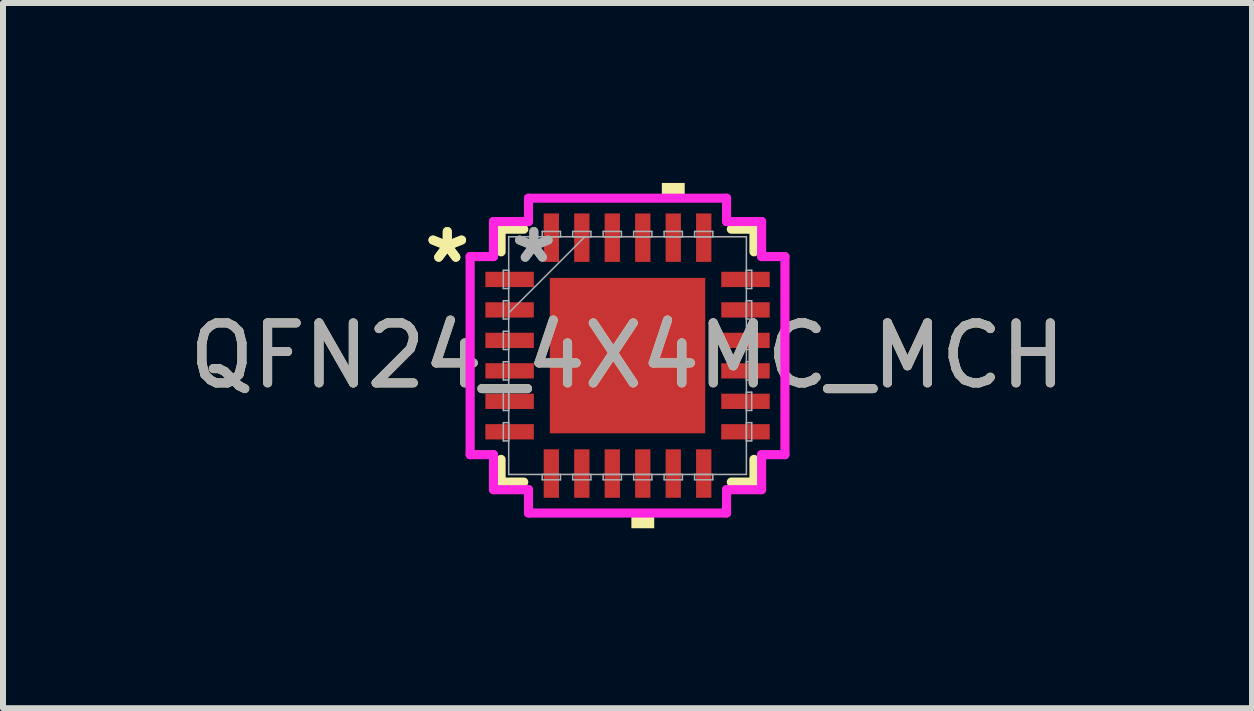
<source format=kicad_pcb>
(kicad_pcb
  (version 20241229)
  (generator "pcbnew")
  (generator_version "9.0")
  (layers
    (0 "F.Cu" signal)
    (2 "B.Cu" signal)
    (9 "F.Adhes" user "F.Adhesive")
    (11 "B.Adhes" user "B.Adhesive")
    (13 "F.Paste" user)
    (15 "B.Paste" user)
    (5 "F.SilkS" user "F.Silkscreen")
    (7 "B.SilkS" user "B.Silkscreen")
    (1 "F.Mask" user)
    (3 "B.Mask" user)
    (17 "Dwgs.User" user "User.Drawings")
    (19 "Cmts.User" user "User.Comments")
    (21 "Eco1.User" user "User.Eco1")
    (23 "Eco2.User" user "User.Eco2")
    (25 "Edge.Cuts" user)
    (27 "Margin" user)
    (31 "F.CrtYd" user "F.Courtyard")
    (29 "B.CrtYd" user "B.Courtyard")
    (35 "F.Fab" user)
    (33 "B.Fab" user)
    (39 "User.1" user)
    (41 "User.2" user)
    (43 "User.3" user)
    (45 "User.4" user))
  (footprint "QFN24_4X4MC_MCH"
    (layer "F.Cu")
    (at 7.411 2.878)
    (property "Reference" "QFN24_4X4MC_MCH" (at 0 0 0) (unlocked yes) (layer "F.SilkS") (effects (font (size 1 1) (thickness 0.15))))
    (attr smd)
    (fp_poly (pts (xy -1.359 -1.359) (xy -0.987 -1.359) (xy -0.987 1.359) (xy -1.359 1.359)) (stroke (width 0) (type solid)) (fill yes) (layer "F.Mask"))
    (fp_poly (pts (xy -1.359 -1.359) (xy 1.359 -1.359) (xy 1.359 -0.987) (xy -1.359 -0.987)) (stroke (width 0) (type solid)) (fill yes) (layer "F.Mask"))
    (fp_poly (pts (xy -1.359 -0.587) (xy 1.359 -0.587) (xy 1.359 -0.2) (xy -1.359 -0.2)) (stroke (width 0) (type solid)) (fill yes) (layer "F.Mask"))
    (fp_poly (pts (xy -1.359 0.2) (xy 1.359 0.2) (xy 1.359 0.587) (xy -1.359 0.587)) (stroke (width 0) (type solid)) (fill yes) (layer "F.Mask"))
    (fp_poly (pts (xy -1.359 0.987) (xy 1.359 0.987) (xy 1.359 1.359) (xy -1.359 1.359)) (stroke (width 0) (type solid)) (fill yes) (layer "F.Mask"))
    (fp_poly (pts (xy -0.2 -1.359) (xy -0.587 -1.359) (xy -0.587 1.359) (xy -0.2 1.359)) (stroke (width 0) (type solid)) (fill yes) (layer "F.Mask"))
    (fp_poly (pts (xy 0.587 -1.359) (xy 0.2 -1.359) (xy 0.2 1.359) (xy 0.587 1.359)) (stroke (width 0) (type solid)) (fill yes) (layer "F.Mask"))
    (fp_poly (pts (xy 0.987 -1.359) (xy 1.359 -1.359) (xy 1.359 1.359) (xy 0.987 1.359)) (stroke (width 0) (type solid)) (fill yes) (layer "F.Mask"))
    (fp_line (start -2.108 -2.108) (end -2.108 -1.73) (stroke (width 0.152) (type solid)) (layer "F.SilkS"))
    (fp_line (start -2.108 1.73) (end -2.108 2.108) (stroke (width 0.152) (type solid)) (layer "F.SilkS"))
    (fp_line (start -2.108 2.108) (end -1.73 2.108) (stroke (width 0.152) (type solid)) (layer "F.SilkS"))
    (fp_line (start -1.73 -2.108) (end -2.108 -2.108) (stroke (width 0.152) (type solid)) (layer "F.SilkS"))
    (fp_line (start 1.73 2.108) (end 2.108 2.108) (stroke (width 0.152) (type solid)) (layer "F.SilkS"))
    (fp_line (start 2.108 -2.108) (end 1.73 -2.108) (stroke (width 0.152) (type solid)) (layer "F.SilkS"))
    (fp_line (start 2.108 -1.73) (end 2.108 -2.108) (stroke (width 0.152) (type solid)) (layer "F.SilkS"))
    (fp_line (start 2.108 2.108) (end 2.108 1.73) (stroke (width 0.152) (type solid)) (layer "F.SilkS"))
    (fp_poly (pts (xy 0.064 2.624) (xy 0.064 2.878) (xy 0.445 2.878) (xy 0.445 2.624)) (stroke (width 0) (type solid)) (fill yes) (layer "F.SilkS"))
    (fp_poly (pts (xy 0.572 -2.624) (xy 0.572 -2.878) (xy 0.953 -2.878) (xy 0.953 -2.624)) (stroke (width 0) (type solid)) (fill yes) (layer "F.SilkS"))
    (fp_poly (pts (xy -1.22 -1.22) (xy -1.22 -0.887) (xy -1.029 -0.887) (xy -0.887 -1.029) (xy -0.887 -1.22)) (stroke (width 0) (type solid)) (fill yes) (layer "F.Paste"))
    (fp_poly (pts (xy -1.22 0.887) (xy -1.22 1.22) (xy -0.887 1.22) (xy -0.887 1.029) (xy -1.029 0.887)) (stroke (width 0) (type solid)) (fill yes) (layer "F.Paste"))
    (fp_poly (pts (xy 0.887 -1.22) (xy 0.887 -1.029) (xy 1.029 -0.887) (xy 1.22 -0.887) (xy 1.22 -1.22)) (stroke (width 0) (type solid)) (fill yes) (layer "F.Paste"))
    (fp_poly (pts (xy 1.029 0.887) (xy 0.887 1.029) (xy 0.887 1.22) (xy 1.22 1.22) (xy 1.22 0.887)) (stroke (width 0) (type solid)) (fill yes) (layer "F.Paste"))
    (fp_poly (pts (xy -1.22 -0.687) (xy -1.22 -0.1) (xy -1.029 -0.1) (xy -0.887 -0.241) (xy -0.887 -0.546) (xy -1.029 -0.687)) (stroke (width 0) (type solid)) (fill yes) (layer "F.Paste"))
    (fp_poly (pts (xy -1.22 0.1) (xy -1.22 0.687) (xy -1.029 0.687) (xy -0.887 0.546) (xy -0.887 0.241) (xy -1.029 0.1)) (stroke (width 0) (type solid)) (fill yes) (layer "F.Paste"))
    (fp_poly (pts (xy -0.687 -1.22) (xy -0.687 -1.029) (xy -0.546 -0.887) (xy -0.241 -0.887) (xy -0.1 -1.029) (xy -0.1 -1.22)) (stroke (width 0) (type solid)) (fill yes) (layer "F.Paste"))
    (fp_poly (pts (xy -0.546 0.887) (xy -0.687 1.029) (xy -0.687 1.22) (xy -0.1 1.22) (xy -0.1 1.029) (xy -0.241 0.887)) (stroke (width 0) (type solid)) (fill yes) (layer "F.Paste"))
    (fp_poly (pts (xy 0.1 -1.22) (xy 0.1 -1.029) (xy 0.241 -0.887) (xy 0.546 -0.887) (xy 0.687 -1.029) (xy 0.687 -1.22)) (stroke (width 0) (type solid)) (fill yes) (layer "F.Paste"))
    (fp_poly (pts (xy 0.241 0.887) (xy 0.1 1.029) (xy 0.1 1.22) (xy 0.687 1.22) (xy 0.687 1.029) (xy 0.546 0.887)) (stroke (width 0) (type solid)) (fill yes) (layer "F.Paste"))
    (fp_poly (pts (xy 1.029 -0.687) (xy 0.887 -0.546) (xy 0.887 -0.241) (xy 1.029 -0.1) (xy 1.22 -0.1) (xy 1.22 -0.687)) (stroke (width 0) (type solid)) (fill yes) (layer "F.Paste"))
    (fp_poly (pts (xy 1.029 0.1) (xy 0.887 0.241) (xy 0.887 0.546) (xy 1.029 0.687) (xy 1.22 0.687) (xy 1.22 0.1)) (stroke (width 0) (type solid)) (fill yes) (layer "F.Paste"))
    (fp_poly (pts (xy -0.546 -0.687) (xy -0.687 -0.546) (xy -0.687 -0.241) (xy -0.546 -0.1) (xy -0.241 -0.1) (xy -0.1 -0.241) (xy -0.1 -0.546) (xy -0.241 -0.687)) (stroke (width 0) (type solid)) (fill yes) (layer "F.Paste"))
    (fp_poly (pts (xy -0.546 0.1) (xy -0.687 0.241) (xy -0.687 0.546) (xy -0.546 0.687) (xy -0.241 0.687) (xy -0.1 0.546) (xy -0.1 0.241) (xy -0.241 0.1)) (stroke (width 0) (type solid)) (fill yes) (layer "F.Paste"))
    (fp_poly (pts (xy 0.241 -0.687) (xy 0.1 -0.546) (xy 0.1 -0.241) (xy 0.241 -0.1) (xy 0.546 -0.1) (xy 0.687 -0.241) (xy 0.687 -0.546) (xy 0.546 -0.687)) (stroke (width 0) (type solid)) (fill yes) (layer "F.Paste"))
    (fp_poly (pts (xy 0.241 0.1) (xy 0.1 0.241) (xy 0.1 0.546) (xy 0.241 0.687) (xy 0.546 0.687) (xy 0.687 0.546) (xy 0.687 0.241) (xy 0.546 0.1)) (stroke (width 0) (type solid)) (fill yes) (layer "F.Paste"))
    (fp_circle (center -0.787 -0.787) (end -0.47 -0.787) (stroke (width 0.127) (type solid)) (fill no) (layer "Eco1.User"))
    (fp_circle (center -0.787 0) (end -0.47 0) (stroke (width 0.127) (type solid)) (fill no) (layer "Eco1.User"))
    (fp_circle (center -0.787 0.787) (end -0.47 0.787) (stroke (width 0.127) (type solid)) (fill no) (layer "Eco1.User"))
    (fp_circle (center 0 -0.787) (end 0.318 -0.787) (stroke (width 0.127) (type solid)) (fill no) (layer "Eco1.User"))
    (fp_circle (center 0 0) (end 0.318 0) (stroke (width 0.127) (type solid)) (fill no) (layer "Eco1.User"))
    (fp_circle (center 0 0.787) (end 0.318 0.787) (stroke (width 0.127) (type solid)) (fill no) (layer "Eco1.User"))
    (fp_circle (center 0.787 -0.787) (end 1.105 -0.787) (stroke (width 0.127) (type solid)) (fill no) (layer "Eco1.User"))
    (fp_circle (center 0.787 0) (end 1.105 0) (stroke (width 0.127) (type solid)) (fill no) (layer "Eco1.User"))
    (fp_circle (center 0.787 0.787) (end 1.105 0.787) (stroke (width 0.127) (type solid)) (fill no) (layer "Eco1.User"))
    (fp_line (start -2.624 -1.651) (end -2.235 -1.651) (stroke (width 0.152) (type solid)) (layer "F.CrtYd"))
    (fp_line (start -2.624 1.651) (end -2.624 -1.651) (stroke (width 0.152) (type solid)) (layer "F.CrtYd"))
    (fp_line (start -2.235 -2.235) (end -1.651 -2.235) (stroke (width 0.152) (type solid)) (layer "F.CrtYd"))
    (fp_line (start -2.235 -1.651) (end -2.235 -2.235) (stroke (width 0.152) (type solid)) (layer "F.CrtYd"))
    (fp_line (start -2.235 1.651) (end -2.624 1.651) (stroke (width 0.152) (type solid)) (layer "F.CrtYd"))
    (fp_line (start -2.235 2.235) (end -2.235 1.651) (stroke (width 0.152) (type solid)) (layer "F.CrtYd"))
    (fp_line (start -1.651 -2.624) (end 1.651 -2.624) (stroke (width 0.152) (type solid)) (layer "F.CrtYd"))
    (fp_line (start -1.651 -2.235) (end -1.651 -2.624) (stroke (width 0.152) (type solid)) (layer "F.CrtYd"))
    (fp_line (start -1.651 2.235) (end -2.235 2.235) (stroke (width 0.152) (type solid)) (layer "F.CrtYd"))
    (fp_line (start -1.651 2.624) (end -1.651 2.235) (stroke (width 0.152) (type solid)) (layer "F.CrtYd"))
    (fp_line (start 1.651 -2.624) (end 1.651 -2.235) (stroke (width 0.152) (type solid)) (layer "F.CrtYd"))
    (fp_line (start 1.651 -2.235) (end 2.235 -2.235) (stroke (width 0.152) (type solid)) (layer "F.CrtYd"))
    (fp_line (start 1.651 2.235) (end 1.651 2.624) (stroke (width 0.152) (type solid)) (layer "F.CrtYd"))
    (fp_line (start 1.651 2.624) (end -1.651 2.624) (stroke (width 0.152) (type solid)) (layer "F.CrtYd"))
    (fp_line (start 2.235 -2.235) (end 2.235 -1.651) (stroke (width 0.152) (type solid)) (layer "F.CrtYd"))
    (fp_line (start 2.235 -1.651) (end 2.624 -1.651) (stroke (width 0.152) (type solid)) (layer "F.CrtYd"))
    (fp_line (start 2.235 1.651) (end 2.235 2.235) (stroke (width 0.152) (type solid)) (layer "F.CrtYd"))
    (fp_line (start 2.235 2.235) (end 1.651 2.235) (stroke (width 0.152) (type solid)) (layer "F.CrtYd"))
    (fp_line (start 2.624 -1.651) (end 2.624 1.651) (stroke (width 0.152) (type solid)) (layer "F.CrtYd"))
    (fp_line (start 2.624 1.651) (end 2.235 1.651) (stroke (width 0.152) (type solid)) (layer "F.CrtYd"))
    (fp_line (start -2.07 -1.422) (end -2.07 -1.118) (stroke (width 0.025) (type solid)) (layer "F.Fab"))
    (fp_line (start -2.07 -1.118) (end -1.981 -1.118) (stroke (width 0.025) (type solid)) (layer "F.Fab"))
    (fp_line (start -2.07 -0.914) (end -2.07 -0.61) (stroke (width 0.025) (type solid)) (layer "F.Fab"))
    (fp_line (start -2.07 -0.61) (end -1.981 -0.61) (stroke (width 0.025) (type solid)) (layer "F.Fab"))
    (fp_line (start -2.07 -0.406) (end -2.07 -0.102) (stroke (width 0.025) (type solid)) (layer "F.Fab"))
    (fp_line (start -2.07 -0.102) (end -1.981 -0.102) (stroke (width 0.025) (type solid)) (layer "F.Fab"))
    (fp_line (start -2.07 0.102) (end -2.07 0.406) (stroke (width 0.025) (type solid)) (layer "F.Fab"))
    (fp_line (start -2.07 0.406) (end -1.981 0.406) (stroke (width 0.025) (type solid)) (layer "F.Fab"))
    (fp_line (start -2.07 0.61) (end -2.07 0.914) (stroke (width 0.025) (type solid)) (layer "F.Fab"))
    (fp_line (start -2.07 0.914) (end -1.981 0.914) (stroke (width 0.025) (type solid)) (layer "F.Fab"))
    (fp_line (start -2.07 1.118) (end -2.07 1.422) (stroke (width 0.025) (type solid)) (layer "F.Fab"))
    (fp_line (start -2.07 1.422) (end -1.981 1.422) (stroke (width 0.025) (type solid)) (layer "F.Fab"))
    (fp_line (start -1.981 -1.981) (end -1.981 -1.981) (stroke (width 0.025) (type solid)) (layer "F.Fab"))
    (fp_line (start -1.981 -1.981) (end -1.981 1.981) (stroke (width 0.025) (type solid)) (layer "F.Fab"))
    (fp_line (start -1.981 -1.422) (end -2.07 -1.422) (stroke (width 0.025) (type solid)) (layer "F.Fab"))
    (fp_line (start -1.981 -1.118) (end -1.981 -1.422) (stroke (width 0.025) (type solid)) (layer "F.Fab"))
    (fp_line (start -1.981 -0.914) (end -2.07 -0.914) (stroke (width 0.025) (type solid)) (layer "F.Fab"))
    (fp_line (start -1.981 -0.711) (end -0.711 -1.981) (stroke (width 0.025) (type solid)) (layer "F.Fab"))
    (fp_line (start -1.981 -0.61) (end -1.981 -0.914) (stroke (width 0.025) (type solid)) (layer "F.Fab"))
    (fp_line (start -1.981 -0.406) (end -2.07 -0.406) (stroke (width 0.025) (type solid)) (layer "F.Fab"))
    (fp_line (start -1.981 -0.102) (end -1.981 -0.406) (stroke (width 0.025) (type solid)) (layer "F.Fab"))
    (fp_line (start -1.981 0.102) (end -2.07 0.102) (stroke (width 0.025) (type solid)) (layer "F.Fab"))
    (fp_line (start -1.981 0.406) (end -1.981 0.102) (stroke (width 0.025) (type solid)) (layer "F.Fab"))
    (fp_line (start -1.981 0.61) (end -2.07 0.61) (stroke (width 0.025) (type solid)) (layer "F.Fab"))
    (fp_line (start -1.981 0.914) (end -1.981 0.61) (stroke (width 0.025) (type solid)) (layer "F.Fab"))
    (fp_line (start -1.981 1.118) (end -2.07 1.118) (stroke (width 0.025) (type solid)) (layer "F.Fab"))
    (fp_line (start -1.981 1.422) (end -1.981 1.118) (stroke (width 0.025) (type solid)) (layer "F.Fab"))
    (fp_line (start -1.981 1.981) (end -1.981 1.981) (stroke (width 0.025) (type solid)) (layer "F.Fab"))
    (fp_line (start -1.981 1.981) (end 1.981 1.981) (stroke (width 0.025) (type solid)) (layer "F.Fab"))
    (fp_line (start -1.422 -2.07) (end -1.422 -1.981) (stroke (width 0.025) (type solid)) (layer "F.Fab"))
    (fp_line (start -1.422 -1.981) (end -1.118 -1.981) (stroke (width 0.025) (type solid)) (layer "F.Fab"))
    (fp_line (start -1.422 1.981) (end -1.422 2.07) (stroke (width 0.025) (type solid)) (layer "F.Fab"))
    (fp_line (start -1.422 2.07) (end -1.118 2.07) (stroke (width 0.025) (type solid)) (layer "F.Fab"))
    (fp_line (start -1.118 -2.07) (end -1.422 -2.07) (stroke (width 0.025) (type solid)) (layer "F.Fab"))
    (fp_line (start -1.118 -1.981) (end -1.118 -2.07) (stroke (width 0.025) (type solid)) (layer "F.Fab"))
    (fp_line (start -1.118 1.981) (end -1.422 1.981) (stroke (width 0.025) (type solid)) (layer "F.Fab"))
    (fp_line (start -1.118 2.07) (end -1.118 1.981) (stroke (width 0.025) (type solid)) (layer "F.Fab"))
    (fp_line (start -0.914 -2.07) (end -0.914 -1.981) (stroke (width 0.025) (type solid)) (layer "F.Fab"))
    (fp_line (start -0.914 -1.981) (end -0.61 -1.981) (stroke (width 0.025) (type solid)) (layer "F.Fab"))
    (fp_line (start -0.914 1.981) (end -0.914 2.07) (stroke (width 0.025) (type solid)) (layer "F.Fab"))
    (fp_line (start -0.914 2.07) (end -0.61 2.07) (stroke (width 0.025) (type solid)) (layer "F.Fab"))
    (fp_line (start -0.61 -2.07) (end -0.914 -2.07) (stroke (width 0.025) (type solid)) (layer "F.Fab"))
    (fp_line (start -0.61 -1.981) (end -0.61 -2.07) (stroke (width 0.025) (type solid)) (layer "F.Fab"))
    (fp_line (start -0.61 1.981) (end -0.914 1.981) (stroke (width 0.025) (type solid)) (layer "F.Fab"))
    (fp_line (start -0.61 2.07) (end -0.61 1.981) (stroke (width 0.025) (type solid)) (layer "F.Fab"))
    (fp_line (start -0.406 -2.07) (end -0.406 -1.981) (stroke (width 0.025) (type solid)) (layer "F.Fab"))
    (fp_line (start -0.406 -1.981) (end -0.102 -1.981) (stroke (width 0.025) (type solid)) (layer "F.Fab"))
    (fp_line (start -0.406 1.981) (end -0.406 2.07) (stroke (width 0.025) (type solid)) (layer "F.Fab"))
    (fp_line (start -0.406 2.07) (end -0.102 2.07) (stroke (width 0.025) (type solid)) (layer "F.Fab"))
    (fp_line (start -0.102 -2.07) (end -0.406 -2.07) (stroke (width 0.025) (type solid)) (layer "F.Fab"))
    (fp_line (start -0.102 -1.981) (end -0.102 -2.07) (stroke (width 0.025) (type solid)) (layer "F.Fab"))
    (fp_line (start -0.102 1.981) (end -0.406 1.981) (stroke (width 0.025) (type solid)) (layer "F.Fab"))
    (fp_line (start -0.102 2.07) (end -0.102 1.981) (stroke (width 0.025) (type solid)) (layer "F.Fab"))
    (fp_line (start 0.102 -2.07) (end 0.102 -1.981) (stroke (width 0.025) (type solid)) (layer "F.Fab"))
    (fp_line (start 0.102 -1.981) (end 0.406 -1.981) (stroke (width 0.025) (type solid)) (layer "F.Fab"))
    (fp_line (start 0.102 1.981) (end 0.102 2.07) (stroke (width 0.025) (type solid)) (layer "F.Fab"))
    (fp_line (start 0.102 2.07) (end 0.406 2.07) (stroke (width 0.025) (type solid)) (layer "F.Fab"))
    (fp_line (start 0.406 -2.07) (end 0.102 -2.07) (stroke (width 0.025) (type solid)) (layer "F.Fab"))
    (fp_line (start 0.406 -1.981) (end 0.406 -2.07) (stroke (width 0.025) (type solid)) (layer "F.Fab"))
    (fp_line (start 0.406 1.981) (end 0.102 1.981) (stroke (width 0.025) (type solid)) (layer "F.Fab"))
    (fp_line (start 0.406 2.07) (end 0.406 1.981) (stroke (width 0.025) (type solid)) (layer "F.Fab"))
    (fp_line (start 0.61 -2.07) (end 0.61 -1.981) (stroke (width 0.025) (type solid)) (layer "F.Fab"))
    (fp_line (start 0.61 -1.981) (end 0.914 -1.981) (stroke (width 0.025) (type solid)) (layer "F.Fab"))
    (fp_line (start 0.61 1.981) (end 0.61 2.07) (stroke (width 0.025) (type solid)) (layer "F.Fab"))
    (fp_line (start 0.61 2.07) (end 0.914 2.07) (stroke (width 0.025) (type solid)) (layer "F.Fab"))
    (fp_line (start 0.914 -2.07) (end 0.61 -2.07) (stroke (width 0.025) (type solid)) (layer "F.Fab"))
    (fp_line (start 0.914 -1.981) (end 0.914 -2.07) (stroke (width 0.025) (type solid)) (layer "F.Fab"))
    (fp_line (start 0.914 1.981) (end 0.61 1.981) (stroke (width 0.025) (type solid)) (layer "F.Fab"))
    (fp_line (start 0.914 2.07) (end 0.914 1.981) (stroke (width 0.025) (type solid)) (layer "F.Fab"))
    (fp_line (start 1.118 -2.07) (end 1.118 -1.981) (stroke (width 0.025) (type solid)) (layer "F.Fab"))
    (fp_line (start 1.118 -1.981) (end 1.422 -1.981) (stroke (width 0.025) (type solid)) (layer "F.Fab"))
    (fp_line (start 1.118 1.981) (end 1.118 2.07) (stroke (width 0.025) (type solid)) (layer "F.Fab"))
    (fp_line (start 1.118 2.07) (end 1.422 2.07) (stroke (width 0.025) (type solid)) (layer "F.Fab"))
    (fp_line (start 1.422 -2.07) (end 1.118 -2.07) (stroke (width 0.025) (type solid)) (layer "F.Fab"))
    (fp_line (start 1.422 -1.981) (end 1.422 -2.07) (stroke (width 0.025) (type solid)) (layer "F.Fab"))
    (fp_line (start 1.422 1.981) (end 1.118 1.981) (stroke (width 0.025) (type solid)) (layer "F.Fab"))
    (fp_line (start 1.422 2.07) (end 1.422 1.981) (stroke (width 0.025) (type solid)) (layer "F.Fab"))
    (fp_line (start 1.981 -1.981) (end -1.981 -1.981) (stroke (width 0.025) (type solid)) (layer "F.Fab"))
    (fp_line (start 1.981 -1.981) (end 1.981 -1.981) (stroke (width 0.025) (type solid)) (layer "F.Fab"))
    (fp_line (start 1.981 -1.422) (end 1.981 -1.118) (stroke (width 0.025) (type solid)) (layer "F.Fab"))
    (fp_line (start 1.981 -1.118) (end 2.07 -1.118) (stroke (width 0.025) (type solid)) (layer "F.Fab"))
    (fp_line (start 1.981 -0.914) (end 1.981 -0.61) (stroke (width 0.025) (type solid)) (layer "F.Fab"))
    (fp_line (start 1.981 -0.61) (end 2.07 -0.61) (stroke (width 0.025) (type solid)) (layer "F.Fab"))
    (fp_line (start 1.981 -0.406) (end 1.981 -0.102) (stroke (width 0.025) (type solid)) (layer "F.Fab"))
    (fp_line (start 1.981 -0.102) (end 2.07 -0.102) (stroke (width 0.025) (type solid)) (layer "F.Fab"))
    (fp_line (start 1.981 0.102) (end 1.981 0.406) (stroke (width 0.025) (type solid)) (layer "F.Fab"))
    (fp_line (start 1.981 0.406) (end 2.07 0.406) (stroke (width 0.025) (type solid)) (layer "F.Fab"))
    (fp_line (start 1.981 0.61) (end 1.981 0.914) (stroke (width 0.025) (type solid)) (layer "F.Fab"))
    (fp_line (start 1.981 0.914) (end 2.07 0.914) (stroke (width 0.025) (type solid)) (layer "F.Fab"))
    (fp_line (start 1.981 1.118) (end 1.981 1.422) (stroke (width 0.025) (type solid)) (layer "F.Fab"))
    (fp_line (start 1.981 1.422) (end 2.07 1.422) (stroke (width 0.025) (type solid)) (layer "F.Fab"))
    (fp_line (start 1.981 1.981) (end 1.981 -1.981) (stroke (width 0.025) (type solid)) (layer "F.Fab"))
    (fp_line (start 1.981 1.981) (end 1.981 1.981) (stroke (width 0.025) (type solid)) (layer "F.Fab"))
    (fp_line (start 2.07 -1.422) (end 1.981 -1.422) (stroke (width 0.025) (type solid)) (layer "F.Fab"))
    (fp_line (start 2.07 -1.118) (end 2.07 -1.422) (stroke (width 0.025) (type solid)) (layer "F.Fab"))
    (fp_line (start 2.07 -0.914) (end 1.981 -0.914) (stroke (width 0.025) (type solid)) (layer "F.Fab"))
    (fp_line (start 2.07 -0.61) (end 2.07 -0.914) (stroke (width 0.025) (type solid)) (layer "F.Fab"))
    (fp_line (start 2.07 -0.406) (end 1.981 -0.406) (stroke (width 0.025) (type solid)) (layer "F.Fab"))
    (fp_line (start 2.07 -0.102) (end 2.07 -0.406) (stroke (width 0.025) (type solid)) (layer "F.Fab"))
    (fp_line (start 2.07 0.102) (end 1.981 0.102) (stroke (width 0.025) (type solid)) (layer "F.Fab"))
    (fp_line (start 2.07 0.406) (end 2.07 0.102) (stroke (width 0.025) (type solid)) (layer "F.Fab"))
    (fp_line (start 2.07 0.61) (end 1.981 0.61) (stroke (width 0.025) (type solid)) (layer "F.Fab"))
    (fp_line (start 2.07 0.914) (end 2.07 0.61) (stroke (width 0.025) (type solid)) (layer "F.Fab"))
    (fp_line (start 2.07 1.118) (end 1.981 1.118) (stroke (width 0.025) (type solid)) (layer "F.Fab"))
    (fp_line (start 2.07 1.422) (end 2.07 1.118) (stroke (width 0.025) (type solid)) (layer "F.Fab"))
    (fp_text user "*" (at -3.005 -1.524 0) (unlocked yes) (layer "F.SilkS") (effects (font (size 1 1) (thickness 0.15))))
    (fp_text user "*" (at -3.005 -1.524 0) (layer "F.SilkS") (effects (font (size 1 1) (thickness 0.15))))
    (fp_text user "${REFERENCE}" (at 0 0 0) (unlocked yes) (layer "F.Fab") (effects (font (size 1 1) (thickness 0.15))))
    (fp_text user "*" (at -1.562 -1.524 0) (layer "F.Fab") (effects (font (size 1 1) (thickness 0.15))))
    (fp_text user "*" (at -1.562 -1.524 0) (unlocked yes) (layer "F.Fab") (effects (font (size 1 1) (thickness 0.15))))
    (pad "1" smd rect (at -1.966 -1.27 90) (size 0.255 0.808) (layers "F.Cu" "F.Mask" "F.Paste"))
    (pad "2" smd rect (at -1.966 -0.762 90) (size 0.255 0.808) (layers "F.Cu" "F.Mask" "F.Paste"))
    (pad "3" smd rect (at -1.966 -0.254 90) (size 0.255 0.808) (layers "F.Cu" "F.Mask" "F.Paste"))
    (pad "4" smd rect (at -1.966 0.254 90) (size 0.255 0.808) (layers "F.Cu" "F.Mask" "F.Paste"))
    (pad "5" smd rect (at -1.966 0.762 90) (size 0.255 0.808) (layers "F.Cu" "F.Mask" "F.Paste"))
    (pad "6" smd rect (at -1.966 1.27 90) (size 0.255 0.808) (layers "F.Cu" "F.Mask" "F.Paste"))
    (pad "7" smd rect (at -1.27 1.966) (size 0.255 0.808) (layers "F.Cu" "F.Mask" "F.Paste"))
    (pad "8" smd rect (at -0.762 1.966) (size 0.255 0.808) (layers "F.Cu" "F.Mask" "F.Paste"))
    (pad "9" smd rect (at -0.254 1.966) (size 0.255 0.808) (layers "F.Cu" "F.Mask" "F.Paste"))
    (pad "10" smd rect (at 0.254 1.966) (size 0.255 0.808) (layers "F.Cu" "F.Mask" "F.Paste"))
    (pad "11" smd rect (at 0.762 1.966) (size 0.255 0.808) (layers "F.Cu" "F.Mask" "F.Paste"))
    (pad "12" smd rect (at 1.27 1.966) (size 0.255 0.808) (layers "F.Cu" "F.Mask" "F.Paste"))
    (pad "13" smd rect (at 1.966 1.27 90) (size 0.255 0.808) (layers "F.Cu" "F.Mask" "F.Paste"))
    (pad "14" smd rect (at 1.966 0.762 90) (size 0.255 0.808) (layers "F.Cu" "F.Mask" "F.Paste"))
    (pad "15" smd rect (at 1.966 0.254 90) (size 0.255 0.808) (layers "F.Cu" "F.Mask" "F.Paste"))
    (pad "16" smd rect (at 1.966 -0.254 90) (size 0.255 0.808) (layers "F.Cu" "F.Mask" "F.Paste"))
    (pad "17" smd rect (at 1.966 -0.762 90) (size 0.255 0.808) (layers "F.Cu" "F.Mask" "F.Paste"))
    (pad "18" smd rect (at 1.966 -1.27 90) (size 0.255 0.808) (layers "F.Cu" "F.Mask" "F.Paste"))
    (pad "19" smd rect (at 1.27 -1.966) (size 0.255 0.808) (layers "F.Cu" "F.Mask" "F.Paste"))
    (pad "20" smd rect (at 0.762 -1.966) (size 0.255 0.808) (layers "F.Cu" "F.Mask" "F.Paste"))
    (pad "21" smd rect (at 0.254 -1.966) (size 0.255 0.808) (layers "F.Cu" "F.Mask" "F.Paste"))
    (pad "22" smd rect (at -0.254 -1.966) (size 0.255 0.808) (layers "F.Cu" "F.Mask" "F.Paste"))
    (pad "23" smd rect (at -0.762 -1.966) (size 0.255 0.808) (layers "F.Cu" "F.Mask" "F.Paste"))
    (pad "24" smd rect (at -1.27 -1.966) (size 0.255 0.808) (layers "F.Cu" "F.Mask" "F.Paste"))
    (pad "25" smd rect (at 0 0) (size 2.591 2.591) (layers "F.Cu")))
  (gr_rect
    (start -3 -3)
    (end 17.821 8.756)
    (stroke (width 0.1) (type default))
    (fill no)
    (layer "Edge.Cuts")))
</source>
